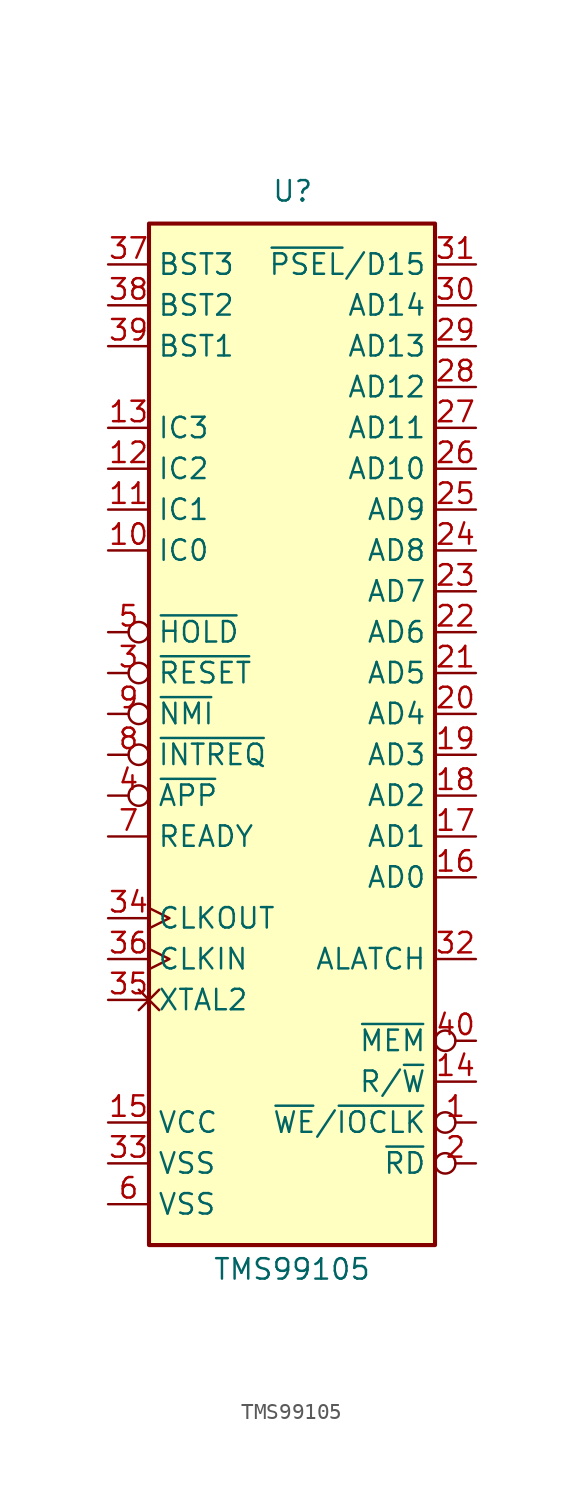
<source format=kicad_sym>
(kicad_symbol_lib
  (version 20231120)
  (generator "kicad_symbol_editor")
  (generator_version "8.0")
  (symbol "TMS99105"
    (property "Reference" "U"
      (at -1.27 31.75 0)
      (effects (font (size 1.27 1.27)) (justify left bottom)))
    (property "Value" "TMS99105"
      (at 0 -33.782 0)
      (effects (font (size 1.27 1.27)) (justify top)))
    (symbol "TMS99105_0_1"
      (rectangle (start -8.89 -33.02) (end 8.89 30.48) (stroke (width 0.254) (type default)) (fill (type background))))
    (symbol "TMS99105_1_1"
      (pin output inverted (at 11.43 -25.4 180) (length 2.54) (name "~{WE}/~{IOCLK}" (effects (font (size 1.27 1.27)))) (number "1" (effects (font (size 1.27 1.27)))))
      (pin input line (at -11.43 10.16 0) (length 2.54) (name "IC0" (effects (font (size 1.27 1.27)))) (number "10" (effects (font (size 1.27 1.27)))))
      (pin input line (at -11.43 12.7 0) (length 2.54) (name "IC1" (effects (font (size 1.27 1.27)))) (number "11" (effects (font (size 1.27 1.27)))))
      (pin input line (at -11.43 15.24 0) (length 2.54) (name "IC2" (effects (font (size 1.27 1.27)))) (number "12" (effects (font (size 1.27 1.27)))))
      (pin input line (at -11.43 17.78 0) (length 2.54) (name "IC3" (effects (font (size 1.27 1.27)))) (number "13" (effects (font (size 1.27 1.27)))))
      (pin output line (at 11.43 -22.86 180) (length 2.54) (name "R/~{W}" (effects (font (size 1.27 1.27)))) (number "14" (effects (font (size 1.27 1.27)))))
      (pin power_in line (at -11.43 -25.4 0) (length 2.54) (name "VCC" (effects (font (size 1.27 1.27)))) (number "15" (effects (font (size 1.27 1.27)))))
      (pin bidirectional line (at 11.43 -10.16 180) (length 2.54) (name "AD0" (effects (font (size 1.27 1.27)))) (number "16" (effects (font (size 1.27 1.27)))))
      (pin bidirectional line (at 11.43 -7.62 180) (length 2.54) (name "AD1" (effects (font (size 1.27 1.27)))) (number "17" (effects (font (size 1.27 1.27)))))
      (pin bidirectional line (at 11.43 -5.08 180) (length 2.54) (name "AD2" (effects (font (size 1.27 1.27)))) (number "18" (effects (font (size 1.27 1.27)))))
      (pin bidirectional line (at 11.43 -2.54 180) (length 2.54) (name "AD3" (effects (font (size 1.27 1.27)))) (number "19" (effects (font (size 1.27 1.27)))))
      (pin output inverted (at 11.43 -27.94 180) (length 2.54) (name "~{RD}" (effects (font (size 1.27 1.27)))) (number "2" (effects (font (size 1.27 1.27)))))
      (pin bidirectional line (at 11.43 0 180) (length 2.54) (name "AD4" (effects (font (size 1.27 1.27)))) (number "20" (effects (font (size 1.27 1.27)))))
      (pin bidirectional line (at 11.43 2.54 180) (length 2.54) (name "AD5" (effects (font (size 1.27 1.27)))) (number "21" (effects (font (size 1.27 1.27)))))
      (pin bidirectional line (at 11.43 5.08 180) (length 2.54) (name "AD6" (effects (font (size 1.27 1.27)))) (number "22" (effects (font (size 1.27 1.27)))))
      (pin bidirectional line (at 11.43 7.62 180) (length 2.54) (name "AD7" (effects (font (size 1.27 1.27)))) (number "23" (effects (font (size 1.27 1.27)))))
      (pin bidirectional line (at 11.43 10.16 180) (length 2.54) (name "AD8" (effects (font (size 1.27 1.27)))) (number "24" (effects (font (size 1.27 1.27)))))
      (pin bidirectional line (at 11.43 12.7 180) (length 2.54) (name "AD9" (effects (font (size 1.27 1.27)))) (number "25" (effects (font (size 1.27 1.27)))))
      (pin bidirectional line (at 11.43 15.24 180) (length 2.54) (name "AD10" (effects (font (size 1.27 1.27)))) (number "26" (effects (font (size 1.27 1.27)))))
      (pin bidirectional line (at 11.43 17.78 180) (length 2.54) (name "AD11" (effects (font (size 1.27 1.27)))) (number "27" (effects (font (size 1.27 1.27)))))
      (pin bidirectional line (at 11.43 20.32 180) (length 2.54) (name "AD12" (effects (font (size 1.27 1.27)))) (number "28" (effects (font (size 1.27 1.27)))))
      (pin bidirectional line (at 11.43 22.86 180) (length 2.54) (name "AD13" (effects (font (size 1.27 1.27)))) (number "29" (effects (font (size 1.27 1.27)))))
      (pin input inverted (at -11.43 2.54 0) (length 2.54) (name "~{RESET}" (effects (font (size 1.27 1.27)))) (number "3" (effects (font (size 1.27 1.27)))))
      (pin bidirectional line (at 11.43 25.4 180) (length 2.54) (name "AD14" (effects (font (size 1.27 1.27)))) (number "30" (effects (font (size 1.27 1.27)))))
      (pin bidirectional line (at 11.43 27.94 180) (length 2.54) (name "~{PSEL}/D15" (effects (font (size 1.27 1.27)))) (number "31" (effects (font (size 1.27 1.27)))))
      (pin output line (at 11.43 -15.24 180) (length 2.54) (name "ALATCH" (effects (font (size 1.27 1.27)))) (number "32" (effects (font (size 1.27 1.27)))))
      (pin power_in line (at -11.43 -27.94 0) (length 2.54) (name "VSS" (effects (font (size 1.27 1.27)))) (number "33" (effects (font (size 1.27 1.27)))))
      (pin output clock (at -11.43 -12.7 0) (length 2.54) (name "CLKOUT" (effects (font (size 1.27 1.27)))) (number "34" (effects (font (size 1.27 1.27)))))
      (pin passive non_logic (at -11.43 -17.78 0) (length 2.54) (name "XTAL2" (effects (font (size 1.27 1.27)))) (number "35" (effects (font (size 1.27 1.27)))))
      (pin input clock (at -11.43 -15.24 0) (length 2.54) (name "CLKIN" (effects (font (size 1.27 1.27)))) (number "36" (effects (font (size 1.27 1.27)))))
      (pin output line (at -11.43 27.94 0) (length 2.54) (name "BST3" (effects (font (size 1.27 1.27)))) (number "37" (effects (font (size 1.27 1.27)))))
      (pin output line (at -11.43 25.4 0) (length 2.54) (name "BST2" (effects (font (size 1.27 1.27)))) (number "38" (effects (font (size 1.27 1.27)))))
      (pin output line (at -11.43 22.86 0) (length 2.54) (name "BST1" (effects (font (size 1.27 1.27)))) (number "39" (effects (font (size 1.27 1.27)))))
      (pin input inverted (at -11.43 -5.08 0) (length 2.54) (name "~{APP}" (effects (font (size 1.27 1.27)))) (number "4" (effects (font (size 1.27 1.27)))))
      (pin output inverted (at 11.43 -20.32 180) (length 2.54) (name "~{MEM}" (effects (font (size 1.27 1.27)))) (number "40" (effects (font (size 1.27 1.27)))))
      (pin input inverted (at -11.43 5.08 0) (length 2.54) (name "~{HOLD}" (effects (font (size 1.27 1.27)))) (number "5" (effects (font (size 1.27 1.27)))))
      (pin power_in line (at -11.43 -30.48 0) (length 2.54) (name "VSS" (effects (font (size 1.27 1.27)))) (number "6" (effects (font (size 1.27 1.27)))))
      (pin input line (at -11.43 -7.62 0) (length 2.54) (name "READY" (effects (font (size 1.27 1.27)))) (number "7" (effects (font (size 1.27 1.27)))))
      (pin input inverted (at -11.43 -2.54 0) (length 2.54) (name "~{INTREQ}" (effects (font (size 1.27 1.27)))) (number "8" (effects (font (size 1.27 1.27)))))
      (pin input inverted (at -11.43 0 0) (length 2.54) (name "~{NMI}" (effects (font (size 1.27 1.27)))) (number "9" (effects (font (size 1.27 1.27))))))))
</source>
